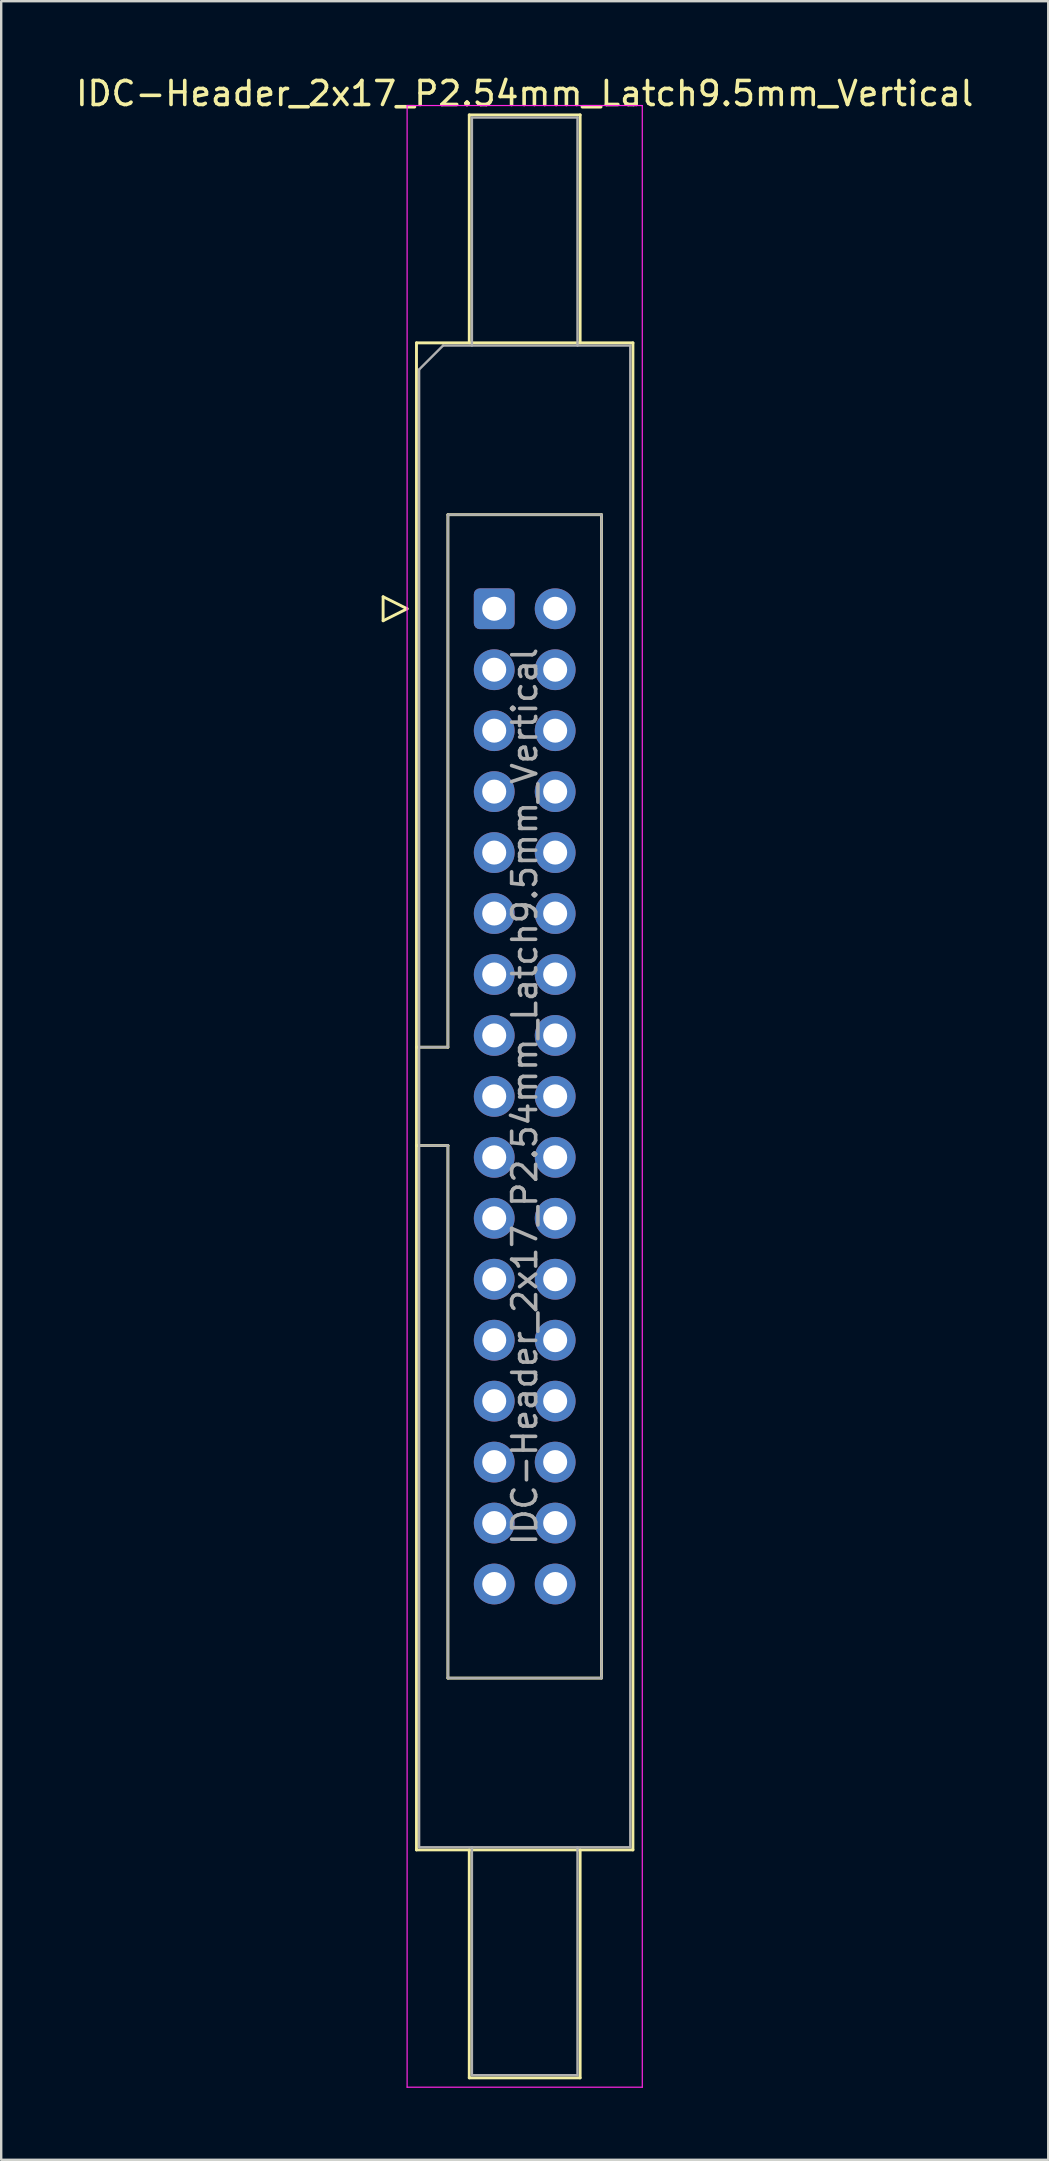
<source format=kicad_pcb>
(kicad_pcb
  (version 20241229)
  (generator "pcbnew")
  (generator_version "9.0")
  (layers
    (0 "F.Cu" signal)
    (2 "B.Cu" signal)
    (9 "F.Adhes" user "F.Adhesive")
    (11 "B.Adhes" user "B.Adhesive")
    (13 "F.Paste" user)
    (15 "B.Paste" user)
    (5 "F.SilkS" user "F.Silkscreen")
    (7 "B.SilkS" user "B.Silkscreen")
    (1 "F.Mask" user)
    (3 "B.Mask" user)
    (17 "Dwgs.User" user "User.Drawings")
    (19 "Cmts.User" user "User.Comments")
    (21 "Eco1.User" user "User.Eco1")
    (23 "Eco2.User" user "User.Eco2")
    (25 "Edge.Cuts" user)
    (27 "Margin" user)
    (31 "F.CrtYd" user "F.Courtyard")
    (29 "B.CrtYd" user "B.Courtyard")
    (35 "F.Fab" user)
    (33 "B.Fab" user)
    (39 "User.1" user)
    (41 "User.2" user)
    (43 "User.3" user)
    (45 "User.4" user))
  (footprint "IDC-Header_2x17_P2.54mm_Latch9.5mm_Vertical"
    (layer "F.Cu")
    (at 17.545 22.318)
    (property "Reference" "IDC-Header_2x17_P2.54mm_Latch9.5mm_Vertical" (at 1.27 -21.47 0) (layer "F.SilkS") (effects (font (size 1 1) (thickness 0.15))))
    (attr through_hole)
    (fp_line (start -4.63 -0.5) (end -4.63 0.5) (stroke (width 0.12) (type solid)) (layer "F.SilkS"))
    (fp_line (start -4.63 0.5) (end -3.63 0) (stroke (width 0.12) (type solid)) (layer "F.SilkS"))
    (fp_line (start -3.63 0) (end -4.63 -0.5) (stroke (width 0.12) (type solid)) (layer "F.SilkS"))
    (fp_line (start -3.24 -11.08) (end 5.78 -11.08) (stroke (width 0.12) (type solid)) (layer "F.SilkS"))
    (fp_line (start -3.24 18.27) (end -1.93 18.27) (stroke (width 0.12) (type solid)) (layer "F.SilkS"))
    (fp_line (start -3.24 51.72) (end -3.24 -11.08) (stroke (width 0.12) (type solid)) (layer "F.SilkS"))
    (fp_line (start -1.93 -3.92) (end 4.47 -3.92) (stroke (width 0.12) (type solid)) (layer "F.SilkS"))
    (fp_line (start -1.93 18.27) (end -1.93 -3.92) (stroke (width 0.12) (type solid)) (layer "F.SilkS"))
    (fp_line (start -1.93 22.37) (end -3.24 22.37) (stroke (width 0.12) (type solid)) (layer "F.SilkS"))
    (fp_line (start -1.93 22.37) (end -1.93 22.37) (stroke (width 0.12) (type solid)) (layer "F.SilkS"))
    (fp_line (start -1.93 44.56) (end -1.93 22.37) (stroke (width 0.12) (type solid)) (layer "F.SilkS"))
    (fp_line (start -1.04 -20.58) (end 3.58 -20.58) (stroke (width 0.12) (type solid)) (layer "F.SilkS"))
    (fp_line (start -1.04 -11.08) (end -1.04 -20.58) (stroke (width 0.12) (type solid)) (layer "F.SilkS"))
    (fp_line (start -1.04 51.72) (end -1.04 61.22) (stroke (width 0.12) (type solid)) (layer "F.SilkS"))
    (fp_line (start -1.04 61.22) (end 3.58 61.22) (stroke (width 0.12) (type solid)) (layer "F.SilkS"))
    (fp_line (start 3.58 -20.58) (end 3.58 -11.08) (stroke (width 0.12) (type solid)) (layer "F.SilkS"))
    (fp_line (start 3.58 61.22) (end 3.58 51.72) (stroke (width 0.12) (type solid)) (layer "F.SilkS"))
    (fp_line (start 4.47 -3.92) (end 4.47 44.56) (stroke (width 0.12) (type solid)) (layer "F.SilkS"))
    (fp_line (start 4.47 44.56) (end -1.93 44.56) (stroke (width 0.12) (type solid)) (layer "F.SilkS"))
    (fp_line (start 5.78 -11.08) (end 5.78 51.72) (stroke (width 0.12) (type solid)) (layer "F.SilkS"))
    (fp_line (start 5.78 51.72) (end -3.24 51.72) (stroke (width 0.12) (type solid)) (layer "F.SilkS"))
    (fp_line (start -3.63 -20.97) (end -3.63 61.61) (stroke (width 0.05) (type solid)) (layer "F.CrtYd"))
    (fp_line (start -3.63 61.61) (end 6.17 61.61) (stroke (width 0.05) (type solid)) (layer "F.CrtYd"))
    (fp_line (start 6.17 -20.97) (end -3.63 -20.97) (stroke (width 0.05) (type solid)) (layer "F.CrtYd"))
    (fp_line (start 6.17 61.61) (end 6.17 -20.97) (stroke (width 0.05) (type solid)) (layer "F.CrtYd"))
    (fp_line (start -3.13 -9.97) (end -2.13 -10.97) (stroke (width 0.1) (type solid)) (layer "F.Fab"))
    (fp_line (start -3.13 18.27) (end -1.93 18.27) (stroke (width 0.1) (type solid)) (layer "F.Fab"))
    (fp_line (start -3.13 51.61) (end -3.13 -9.97) (stroke (width 0.1) (type solid)) (layer "F.Fab"))
    (fp_line (start -2.13 -10.97) (end 5.67 -10.97) (stroke (width 0.1) (type solid)) (layer "F.Fab"))
    (fp_line (start -1.93 -3.92) (end 4.47 -3.92) (stroke (width 0.1) (type solid)) (layer "F.Fab"))
    (fp_line (start -1.93 18.27) (end -1.93 -3.92) (stroke (width 0.1) (type solid)) (layer "F.Fab"))
    (fp_line (start -1.93 22.37) (end -3.13 22.37) (stroke (width 0.1) (type solid)) (layer "F.Fab"))
    (fp_line (start -1.93 22.37) (end -1.93 22.37) (stroke (width 0.1) (type solid)) (layer "F.Fab"))
    (fp_line (start -1.93 44.56) (end -1.93 22.37) (stroke (width 0.1) (type solid)) (layer "F.Fab"))
    (fp_line (start -0.93 -20.47) (end 3.47 -20.47) (stroke (width 0.1) (type solid)) (layer "F.Fab"))
    (fp_line (start -0.93 -10.97) (end -0.93 -20.47) (stroke (width 0.1) (type solid)) (layer "F.Fab"))
    (fp_line (start -0.93 51.61) (end -0.93 61.11) (stroke (width 0.1) (type solid)) (layer "F.Fab"))
    (fp_line (start -0.93 61.11) (end 3.47 61.11) (stroke (width 0.1) (type solid)) (layer "F.Fab"))
    (fp_line (start 3.47 -20.47) (end 3.47 -10.97) (stroke (width 0.1) (type solid)) (layer "F.Fab"))
    (fp_line (start 3.47 61.11) (end 3.47 51.61) (stroke (width 0.1) (type solid)) (layer "F.Fab"))
    (fp_line (start 4.47 -3.92) (end 4.47 44.56) (stroke (width 0.1) (type solid)) (layer "F.Fab"))
    (fp_line (start 4.47 44.56) (end -1.93 44.56) (stroke (width 0.1) (type solid)) (layer "F.Fab"))
    (fp_line (start 5.67 -10.97) (end 5.67 51.61) (stroke (width 0.1) (type solid)) (layer "F.Fab"))
    (fp_line (start 5.67 51.61) (end -3.13 51.61) (stroke (width 0.1) (type solid)) (layer "F.Fab"))
    (fp_text user "${REFERENCE}" (at 1.27 20.32 90) (layer "F.Fab") (effects (font (size 1 1) (thickness 0.15))))
    (pad "1" thru_hole roundrect (at 0 0) (size 1.7 1.7) (drill 1) (layers "*.Cu" "*.Mask") (roundrect_rratio 0.147))
    (pad "2" thru_hole circle (at 2.54 0) (size 1.7 1.7) (drill 1) (layers "*.Cu" "*.Mask"))
    (pad "3" thru_hole circle (at 0 2.54) (size 1.7 1.7) (drill 1) (layers "*.Cu" "*.Mask"))
    (pad "4" thru_hole circle (at 2.54 2.54) (size 1.7 1.7) (drill 1) (layers "*.Cu" "*.Mask"))
    (pad "5" thru_hole circle (at 0 5.08) (size 1.7 1.7) (drill 1) (layers "*.Cu" "*.Mask"))
    (pad "6" thru_hole circle (at 2.54 5.08) (size 1.7 1.7) (drill 1) (layers "*.Cu" "*.Mask"))
    (pad "7" thru_hole circle (at 0 7.62) (size 1.7 1.7) (drill 1) (layers "*.Cu" "*.Mask"))
    (pad "8" thru_hole circle (at 2.54 7.62) (size 1.7 1.7) (drill 1) (layers "*.Cu" "*.Mask"))
    (pad "9" thru_hole circle (at 0 10.16) (size 1.7 1.7) (drill 1) (layers "*.Cu" "*.Mask"))
    (pad "10" thru_hole circle (at 2.54 10.16) (size 1.7 1.7) (drill 1) (layers "*.Cu" "*.Mask"))
    (pad "11" thru_hole circle (at 0 12.7) (size 1.7 1.7) (drill 1) (layers "*.Cu" "*.Mask"))
    (pad "12" thru_hole circle (at 2.54 12.7) (size 1.7 1.7) (drill 1) (layers "*.Cu" "*.Mask"))
    (pad "13" thru_hole circle (at 0 15.24) (size 1.7 1.7) (drill 1) (layers "*.Cu" "*.Mask"))
    (pad "14" thru_hole circle (at 2.54 15.24) (size 1.7 1.7) (drill 1) (layers "*.Cu" "*.Mask"))
    (pad "15" thru_hole circle (at 0 17.78) (size 1.7 1.7) (drill 1) (layers "*.Cu" "*.Mask"))
    (pad "16" thru_hole circle (at 2.54 17.78) (size 1.7 1.7) (drill 1) (layers "*.Cu" "*.Mask"))
    (pad "17" thru_hole circle (at 0 20.32) (size 1.7 1.7) (drill 1) (layers "*.Cu" "*.Mask"))
    (pad "18" thru_hole circle (at 2.54 20.32) (size 1.7 1.7) (drill 1) (layers "*.Cu" "*.Mask"))
    (pad "19" thru_hole circle (at 0 22.86) (size 1.7 1.7) (drill 1) (layers "*.Cu" "*.Mask"))
    (pad "20" thru_hole circle (at 2.54 22.86) (size 1.7 1.7) (drill 1) (layers "*.Cu" "*.Mask"))
    (pad "21" thru_hole circle (at 0 25.4) (size 1.7 1.7) (drill 1) (layers "*.Cu" "*.Mask"))
    (pad "22" thru_hole circle (at 2.54 25.4) (size 1.7 1.7) (drill 1) (layers "*.Cu" "*.Mask"))
    (pad "23" thru_hole circle (at 0 27.94) (size 1.7 1.7) (drill 1) (layers "*.Cu" "*.Mask"))
    (pad "24" thru_hole circle (at 2.54 27.94) (size 1.7 1.7) (drill 1) (layers "*.Cu" "*.Mask"))
    (pad "25" thru_hole circle (at 0 30.48) (size 1.7 1.7) (drill 1) (layers "*.Cu" "*.Mask"))
    (pad "26" thru_hole circle (at 2.54 30.48) (size 1.7 1.7) (drill 1) (layers "*.Cu" "*.Mask"))
    (pad "27" thru_hole circle (at 0 33.02) (size 1.7 1.7) (drill 1) (layers "*.Cu" "*.Mask"))
    (pad "28" thru_hole circle (at 2.54 33.02) (size 1.7 1.7) (drill 1) (layers "*.Cu" "*.Mask"))
    (pad "29" thru_hole circle (at 0 35.56) (size 1.7 1.7) (drill 1) (layers "*.Cu" "*.Mask"))
    (pad "30" thru_hole circle (at 2.54 35.56) (size 1.7 1.7) (drill 1) (layers "*.Cu" "*.Mask"))
    (pad "31" thru_hole circle (at 0 38.1) (size 1.7 1.7) (drill 1) (layers "*.Cu" "*.Mask"))
    (pad "32" thru_hole circle (at 2.54 38.1) (size 1.7 1.7) (drill 1) (layers "*.Cu" "*.Mask"))
    (pad "33" thru_hole circle (at 0 40.64) (size 1.7 1.7) (drill 1) (layers "*.Cu" "*.Mask"))
    (pad "34" thru_hole circle (at 2.54 40.64) (size 1.7 1.7) (drill 1) (layers "*.Cu" "*.Mask")))
  (gr_rect
    (start -3 -3)
    (end 40.631 86.953)
    (stroke (width 0.1) (type default))
    (fill no)
    (layer "Edge.Cuts")))
</source>
